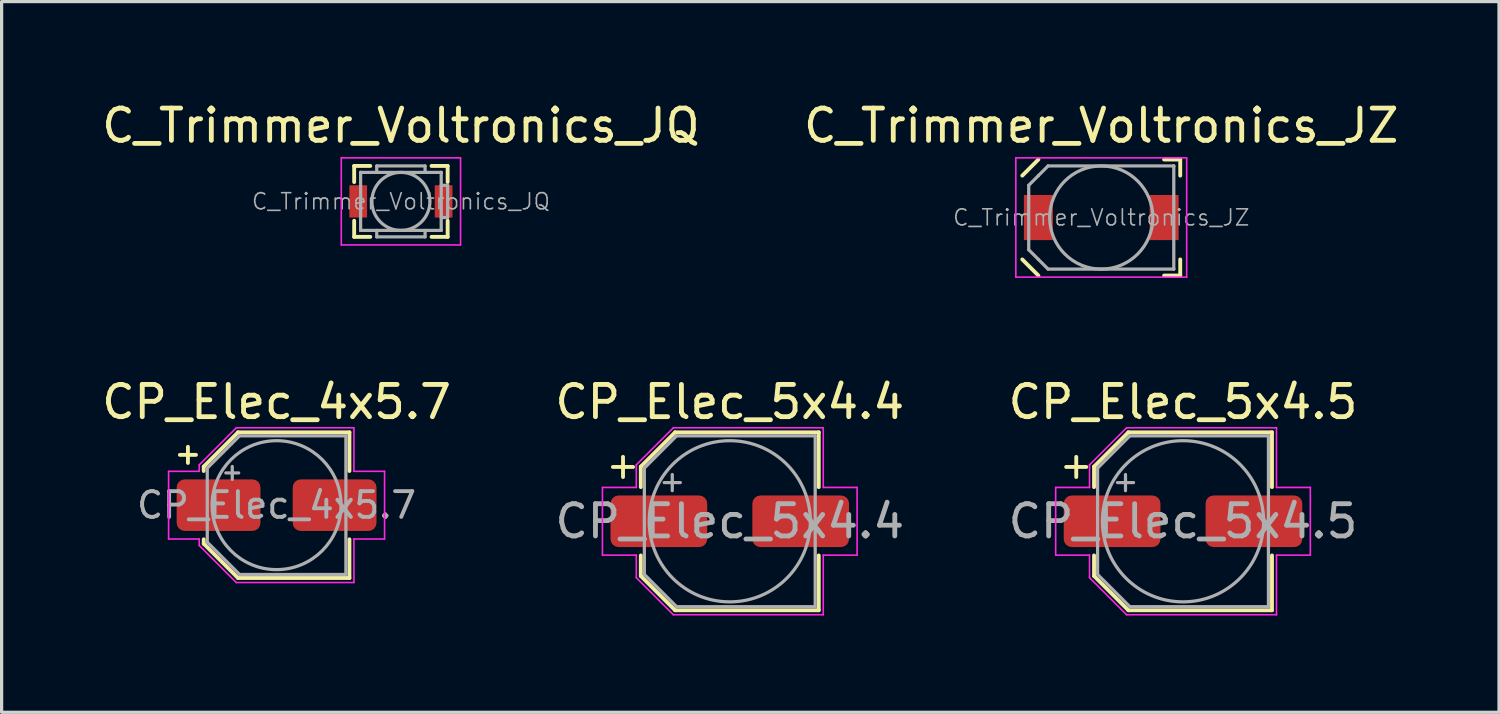
<source format=kicad_pcb>
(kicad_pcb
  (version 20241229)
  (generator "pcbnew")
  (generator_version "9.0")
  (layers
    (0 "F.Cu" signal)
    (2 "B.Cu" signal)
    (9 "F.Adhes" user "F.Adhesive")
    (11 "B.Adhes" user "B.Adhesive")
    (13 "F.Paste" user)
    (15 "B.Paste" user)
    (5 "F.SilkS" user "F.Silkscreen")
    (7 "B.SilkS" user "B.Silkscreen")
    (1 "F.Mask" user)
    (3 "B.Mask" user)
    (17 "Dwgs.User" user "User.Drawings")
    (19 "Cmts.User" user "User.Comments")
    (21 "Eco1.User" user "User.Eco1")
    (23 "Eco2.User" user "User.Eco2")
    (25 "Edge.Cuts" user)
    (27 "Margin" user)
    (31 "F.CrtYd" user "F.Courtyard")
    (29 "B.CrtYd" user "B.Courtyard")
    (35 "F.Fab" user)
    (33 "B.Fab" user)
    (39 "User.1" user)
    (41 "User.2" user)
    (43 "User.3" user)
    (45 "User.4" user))
  (footprint "C_Trimmer_Voltronics_JQ"
    (layer "F.Cu")
    (at 9.387 3.198)
    (property "Reference" "C_Trimmer_Voltronics_JQ" (at 0 -2.35 0) (layer "F.SilkS") (effects (font (size 1 1) (thickness 0.15))))
    (attr smd)
    (fp_line (start -1.45 -1.1) (end -1.45 -0.6) (stroke (width 0.12) (type solid)) (layer "F.SilkS"))
    (fp_line (start -1.45 -1.1) (end -0.95 -1.1) (stroke (width 0.12) (type solid)) (layer "F.SilkS"))
    (fp_line (start -1.45 1.1) (end -1.45 0.6) (stroke (width 0.12) (type solid)) (layer "F.SilkS"))
    (fp_line (start -1.45 1.1) (end -0.95 1.1) (stroke (width 0.12) (type solid)) (layer "F.SilkS"))
    (fp_line (start 1.45 -1.1) (end 0.95 -1.1) (stroke (width 0.12) (type solid)) (layer "F.SilkS"))
    (fp_line (start 1.45 -1.1) (end 1.45 -0.6) (stroke (width 0.12) (type solid)) (layer "F.SilkS"))
    (fp_line (start 1.45 1.1) (end 0.95 1.1) (stroke (width 0.12) (type solid)) (layer "F.SilkS"))
    (fp_line (start 1.45 1.1) (end 1.45 0.6) (stroke (width 0.12) (type solid)) (layer "F.SilkS"))
    (fp_line (start -1.85 -1.35) (end -1.85 1.35) (stroke (width 0.05) (type solid)) (layer "F.CrtYd"))
    (fp_line (start -1.85 1.35) (end 1.85 1.35) (stroke (width 0.05) (type solid)) (layer "F.CrtYd"))
    (fp_line (start 1.85 -1.35) (end -1.85 -1.35) (stroke (width 0.05) (type solid)) (layer "F.CrtYd"))
    (fp_line (start 1.85 1.35) (end 1.85 -1.35) (stroke (width 0.05) (type solid)) (layer "F.CrtYd"))
    (fp_line (start -1.25 -0.9) (end -1.24 -0.9) (stroke (width 0.1) (type solid)) (layer "F.Fab"))
    (fp_line (start -1.25 -0.89) (end -1.25 -0.9) (stroke (width 0.1) (type solid)) (layer "F.Fab"))
    (fp_line (start -1.25 0.89) (end -1.25 -0.89) (stroke (width 0.1) (type solid)) (layer "F.Fab"))
    (fp_line (start -1.25 0.9) (end -1.25 0.89) (stroke (width 0.1) (type solid)) (layer "F.Fab"))
    (fp_line (start -1.24 -0.9) (end 1.24 -0.9) (stroke (width 0.1) (type solid)) (layer "F.Fab"))
    (fp_line (start -1.24 0.9) (end -1.25 0.9) (stroke (width 0.1) (type solid)) (layer "F.Fab"))
    (fp_line (start -0.75 -1.1) (end 0.75 -1.1) (stroke (width 0.1) (type solid)) (layer "F.Fab"))
    (fp_line (start -0.75 -0.9) (end -0.75 -1.1) (stroke (width 0.1) (type solid)) (layer "F.Fab"))
    (fp_line (start -0.75 0.9) (end -0.75 1.1) (stroke (width 0.1) (type solid)) (layer "F.Fab"))
    (fp_line (start -0.75 1.1) (end 0.75 1.1) (stroke (width 0.1) (type solid)) (layer "F.Fab"))
    (fp_line (start 0.75 -1.1) (end 0.75 -0.9) (stroke (width 0.1) (type solid)) (layer "F.Fab"))
    (fp_line (start 0.75 1.1) (end 0.75 0.9) (stroke (width 0.1) (type solid)) (layer "F.Fab"))
    (fp_line (start 1.24 -0.9) (end 1.25 -0.9) (stroke (width 0.1) (type solid)) (layer "F.Fab"))
    (fp_line (start 1.24 0.9) (end -1.24 0.9) (stroke (width 0.1) (type solid)) (layer "F.Fab"))
    (fp_line (start 1.25 -0.9) (end 1.25 -0.89) (stroke (width 0.1) (type solid)) (layer "F.Fab"))
    (fp_line (start 1.25 -0.89) (end 1.25 0.89) (stroke (width 0.1) (type solid)) (layer "F.Fab"))
    (fp_line (start 1.25 -0.5) (end 1.45 -0.5) (stroke (width 0.1) (type solid)) (layer "F.Fab"))
    (fp_line (start 1.25 0.89) (end 1.25 0.9) (stroke (width 0.1) (type solid)) (layer "F.Fab"))
    (fp_line (start 1.25 0.9) (end 1.24 0.9) (stroke (width 0.1) (type solid)) (layer "F.Fab"))
    (fp_line (start 1.45 -0.5) (end 1.45 0.5) (stroke (width 0.1) (type solid)) (layer "F.Fab"))
    (fp_line (start 1.45 0.5) (end 1.25 0.5) (stroke (width 0.1) (type solid)) (layer "F.Fab"))
    (fp_circle (center 0 0) (end 0.9 0) (stroke (width 0.1) (type solid)) (fill no) (layer "F.Fab"))
    (fp_text user "${REFERENCE}" (at 0 0 0) (layer "F.Fab") (effects (font (size 0.5 0.5) (thickness 0.05))))
    (pad "1" smd rect (at -1.325 0) (size 0.55 1) (layers "F.Cu" "F.Mask" "F.Paste"))
    (pad "2" smd rect (at 1.325 0) (size 0.55 1) (layers "F.Cu" "F.Mask" "F.Paste")))
  (footprint "CP_Elec_4x5.7"
    (layer "F.Cu")
    (at 5.53 12.621)
    (property "Reference" "CP_Elec_4x5.7" (at 0 -3.2 0) (layer "F.SilkS") (effects (font (size 1 1) (thickness 0.15))))
    (attr smd)
    (fp_line (start -3 -1.56) (end -2.5 -1.56) (stroke (width 0.12) (type solid)) (layer "F.SilkS"))
    (fp_line (start -2.75 -1.81) (end -2.75 -1.31) (stroke (width 0.12) (type solid)) (layer "F.SilkS"))
    (fp_line (start -2.26 -1.196) (end -2.26 -1.06) (stroke (width 0.12) (type solid)) (layer "F.SilkS"))
    (fp_line (start -2.26 -1.196) (end -1.196 -2.26) (stroke (width 0.12) (type solid)) (layer "F.SilkS"))
    (fp_line (start -2.26 1.196) (end -2.26 1.06) (stroke (width 0.12) (type solid)) (layer "F.SilkS"))
    (fp_line (start -2.26 1.196) (end -1.196 2.26) (stroke (width 0.12) (type solid)) (layer "F.SilkS"))
    (fp_line (start -1.196 -2.26) (end 2.26 -2.26) (stroke (width 0.12) (type solid)) (layer "F.SilkS"))
    (fp_line (start -1.196 2.26) (end 2.26 2.26) (stroke (width 0.12) (type solid)) (layer "F.SilkS"))
    (fp_line (start 2.26 -2.26) (end 2.26 -1.06) (stroke (width 0.12) (type solid)) (layer "F.SilkS"))
    (fp_line (start 2.26 2.26) (end 2.26 1.06) (stroke (width 0.12) (type solid)) (layer "F.SilkS"))
    (fp_line (start -3.35 -1.05) (end -3.35 1.05) (stroke (width 0.05) (type solid)) (layer "F.CrtYd"))
    (fp_line (start -3.35 1.05) (end -2.4 1.05) (stroke (width 0.05) (type solid)) (layer "F.CrtYd"))
    (fp_line (start -2.4 -1.25) (end -2.4 -1.05) (stroke (width 0.05) (type solid)) (layer "F.CrtYd"))
    (fp_line (start -2.4 -1.25) (end -1.25 -2.4) (stroke (width 0.05) (type solid)) (layer "F.CrtYd"))
    (fp_line (start -2.4 -1.05) (end -3.35 -1.05) (stroke (width 0.05) (type solid)) (layer "F.CrtYd"))
    (fp_line (start -2.4 1.05) (end -2.4 1.25) (stroke (width 0.05) (type solid)) (layer "F.CrtYd"))
    (fp_line (start -2.4 1.25) (end -1.25 2.4) (stroke (width 0.05) (type solid)) (layer "F.CrtYd"))
    (fp_line (start -1.25 -2.4) (end 2.4 -2.4) (stroke (width 0.05) (type solid)) (layer "F.CrtYd"))
    (fp_line (start -1.25 2.4) (end 2.4 2.4) (stroke (width 0.05) (type solid)) (layer "F.CrtYd"))
    (fp_line (start 2.4 -2.4) (end 2.4 -1.05) (stroke (width 0.05) (type solid)) (layer "F.CrtYd"))
    (fp_line (start 2.4 -1.05) (end 3.35 -1.05) (stroke (width 0.05) (type solid)) (layer "F.CrtYd"))
    (fp_line (start 2.4 1.05) (end 2.4 2.4) (stroke (width 0.05) (type solid)) (layer "F.CrtYd"))
    (fp_line (start 3.35 -1.05) (end 3.35 1.05) (stroke (width 0.05) (type solid)) (layer "F.CrtYd"))
    (fp_line (start 3.35 1.05) (end 2.4 1.05) (stroke (width 0.05) (type solid)) (layer "F.CrtYd"))
    (fp_line (start -2.15 -1.15) (end -2.15 1.15) (stroke (width 0.1) (type solid)) (layer "F.Fab"))
    (fp_line (start -2.15 -1.15) (end -1.15 -2.15) (stroke (width 0.1) (type solid)) (layer "F.Fab"))
    (fp_line (start -2.15 1.15) (end -1.15 2.15) (stroke (width 0.1) (type solid)) (layer "F.Fab"))
    (fp_line (start -1.575 -1) (end -1.175 -1) (stroke (width 0.1) (type solid)) (layer "F.Fab"))
    (fp_line (start -1.375 -1.2) (end -1.375 -0.8) (stroke (width 0.1) (type solid)) (layer "F.Fab"))
    (fp_line (start -1.15 -2.15) (end 2.15 -2.15) (stroke (width 0.1) (type solid)) (layer "F.Fab"))
    (fp_line (start -1.15 2.15) (end 2.15 2.15) (stroke (width 0.1) (type solid)) (layer "F.Fab"))
    (fp_line (start 2.15 -2.15) (end 2.15 2.15) (stroke (width 0.1) (type solid)) (layer "F.Fab"))
    (fp_circle (center 0 0) (end 2 0) (stroke (width 0.1) (type solid)) (fill no) (layer "F.Fab"))
    (fp_text user "${REFERENCE}" (at 0 0 0) (layer "F.Fab") (effects (font (size 0.8 0.8) (thickness 0.12))))
    (pad "1" smd roundrect (at -1.8 0) (size 2.6 1.6) (layers "F.Cu" "F.Mask" "F.Paste") (roundrect_rratio 0.156))
    (pad "2" smd roundrect (at 1.8 0) (size 2.6 1.6) (layers "F.Cu" "F.Mask" "F.Paste") (roundrect_rratio 0.156)))
  (footprint "C_Trimmer_Voltronics_JZ"
    (layer "F.Cu")
    (at 31.113 3.698)
    (property "Reference" "C_Trimmer_Voltronics_JZ" (at 0 -2.85 0) (layer "F.SilkS") (effects (font (size 1 1) (thickness 0.15))))
    (attr smd)
    (fp_line (start -2.45 -1.3) (end -1.95 -1.8) (stroke (width 0.12) (type solid)) (layer "F.SilkS"))
    (fp_line (start -2.45 1.3) (end -1.95 1.8) (stroke (width 0.12) (type solid)) (layer "F.SilkS"))
    (fp_line (start 2.45 -1.8) (end 1.95 -1.8) (stroke (width 0.12) (type solid)) (layer "F.SilkS"))
    (fp_line (start 2.45 -1.8) (end 2.45 -1.3) (stroke (width 0.12) (type solid)) (layer "F.SilkS"))
    (fp_line (start 2.45 1.8) (end 1.95 1.8) (stroke (width 0.12) (type solid)) (layer "F.SilkS"))
    (fp_line (start 2.45 1.8) (end 2.45 1.3) (stroke (width 0.12) (type solid)) (layer "F.SilkS"))
    (fp_line (start -2.65 -1.85) (end -2.65 1.85) (stroke (width 0.05) (type solid)) (layer "F.CrtYd"))
    (fp_line (start -2.65 1.85) (end 2.65 1.85) (stroke (width 0.05) (type solid)) (layer "F.CrtYd"))
    (fp_line (start 2.65 -1.85) (end -2.65 -1.85) (stroke (width 0.05) (type solid)) (layer "F.CrtYd"))
    (fp_line (start 2.65 1.85) (end 2.65 -1.85) (stroke (width 0.05) (type solid)) (layer "F.CrtYd"))
    (fp_line (start -2.25 -1) (end -1.95 -1.3) (stroke (width 0.1) (type solid)) (layer "F.Fab"))
    (fp_line (start -2.25 1) (end -2.25 -1) (stroke (width 0.1) (type solid)) (layer "F.Fab"))
    (fp_line (start -1.95 -1.3) (end -1.65 -1.6) (stroke (width 0.1) (type solid)) (layer "F.Fab"))
    (fp_line (start -1.95 1.3) (end -2.25 1) (stroke (width 0.1) (type solid)) (layer "F.Fab"))
    (fp_line (start -1.65 -1.6) (end 2.24 -1.6) (stroke (width 0.1) (type solid)) (layer "F.Fab"))
    (fp_line (start -1.65 1.6) (end -1.95 1.3) (stroke (width 0.1) (type solid)) (layer "F.Fab"))
    (fp_line (start 2.24 -1.6) (end 2.25 -1.6) (stroke (width 0.1) (type solid)) (layer "F.Fab"))
    (fp_line (start 2.24 1.6) (end -1.65 1.6) (stroke (width 0.1) (type solid)) (layer "F.Fab"))
    (fp_line (start 2.25 -1.6) (end 2.25 -1.59) (stroke (width 0.1) (type solid)) (layer "F.Fab"))
    (fp_line (start 2.25 -1.59) (end 2.25 1.59) (stroke (width 0.1) (type solid)) (layer "F.Fab"))
    (fp_line (start 2.25 1.59) (end 2.25 1.6) (stroke (width 0.1) (type solid)) (layer "F.Fab"))
    (fp_line (start 2.25 1.6) (end 2.24 1.6) (stroke (width 0.1) (type solid)) (layer "F.Fab"))
    (fp_circle (center 0 0) (end 1.6 0) (stroke (width 0.1) (type solid)) (fill no) (layer "F.Fab"))
    (fp_text user "${REFERENCE}" (at 0 0 0) (layer "F.Fab") (effects (font (size 0.5 0.5) (thickness 0.05))))
    (pad "1" smd rect (at -1.95 0) (size 0.9 1.4) (layers "F.Cu" "F.Mask" "F.Paste"))
    (pad "2" smd rect (at 1.95 0) (size 0.9 1.4) (layers "F.Cu" "F.Mask" "F.Paste")))
  (footprint "CP_Elec_5x4.4"
    (layer "F.Cu")
    (at 19.589 13.121)
    (property "Reference" "CP_Elec_5x4.4" (at 0 -3.7 0) (layer "F.SilkS") (effects (font (size 1 1) (thickness 0.15))))
    (attr smd)
    (fp_line (start -3.625 -1.685) (end -3 -1.685) (stroke (width 0.12) (type solid)) (layer "F.SilkS"))
    (fp_line (start -3.312 -1.998) (end -3.312 -1.373) (stroke (width 0.12) (type solid)) (layer "F.SilkS"))
    (fp_line (start -2.76 -1.696) (end -2.76 -1.06) (stroke (width 0.12) (type solid)) (layer "F.SilkS"))
    (fp_line (start -2.76 -1.696) (end -1.696 -2.76) (stroke (width 0.12) (type solid)) (layer "F.SilkS"))
    (fp_line (start -2.76 1.696) (end -2.76 1.06) (stroke (width 0.12) (type solid)) (layer "F.SilkS"))
    (fp_line (start -2.76 1.696) (end -1.696 2.76) (stroke (width 0.12) (type solid)) (layer "F.SilkS"))
    (fp_line (start -1.696 -2.76) (end 2.76 -2.76) (stroke (width 0.12) (type solid)) (layer "F.SilkS"))
    (fp_line (start -1.696 2.76) (end 2.76 2.76) (stroke (width 0.12) (type solid)) (layer "F.SilkS"))
    (fp_line (start 2.76 -2.76) (end 2.76 -1.06) (stroke (width 0.12) (type solid)) (layer "F.SilkS"))
    (fp_line (start 2.76 2.76) (end 2.76 1.06) (stroke (width 0.12) (type solid)) (layer "F.SilkS"))
    (fp_line (start -3.95 -1.05) (end -3.95 1.05) (stroke (width 0.05) (type solid)) (layer "F.CrtYd"))
    (fp_line (start -3.95 1.05) (end -2.9 1.05) (stroke (width 0.05) (type solid)) (layer "F.CrtYd"))
    (fp_line (start -2.9 -1.75) (end -2.9 -1.05) (stroke (width 0.05) (type solid)) (layer "F.CrtYd"))
    (fp_line (start -2.9 -1.75) (end -1.75 -2.9) (stroke (width 0.05) (type solid)) (layer "F.CrtYd"))
    (fp_line (start -2.9 -1.05) (end -3.95 -1.05) (stroke (width 0.05) (type solid)) (layer "F.CrtYd"))
    (fp_line (start -2.9 1.05) (end -2.9 1.75) (stroke (width 0.05) (type solid)) (layer "F.CrtYd"))
    (fp_line (start -2.9 1.75) (end -1.75 2.9) (stroke (width 0.05) (type solid)) (layer "F.CrtYd"))
    (fp_line (start -1.75 -2.9) (end 2.9 -2.9) (stroke (width 0.05) (type solid)) (layer "F.CrtYd"))
    (fp_line (start -1.75 2.9) (end 2.9 2.9) (stroke (width 0.05) (type solid)) (layer "F.CrtYd"))
    (fp_line (start 2.9 -2.9) (end 2.9 -1.05) (stroke (width 0.05) (type solid)) (layer "F.CrtYd"))
    (fp_line (start 2.9 -1.05) (end 3.95 -1.05) (stroke (width 0.05) (type solid)) (layer "F.CrtYd"))
    (fp_line (start 2.9 1.05) (end 2.9 2.9) (stroke (width 0.05) (type solid)) (layer "F.CrtYd"))
    (fp_line (start 3.95 -1.05) (end 3.95 1.05) (stroke (width 0.05) (type solid)) (layer "F.CrtYd"))
    (fp_line (start 3.95 1.05) (end 2.9 1.05) (stroke (width 0.05) (type solid)) (layer "F.CrtYd"))
    (fp_line (start -2.65 -1.65) (end -2.65 1.65) (stroke (width 0.1) (type solid)) (layer "F.Fab"))
    (fp_line (start -2.65 -1.65) (end -1.65 -2.65) (stroke (width 0.1) (type solid)) (layer "F.Fab"))
    (fp_line (start -2.65 1.65) (end -1.65 2.65) (stroke (width 0.1) (type solid)) (layer "F.Fab"))
    (fp_line (start -2.034 -1.2) (end -1.534 -1.2) (stroke (width 0.1) (type solid)) (layer "F.Fab"))
    (fp_line (start -1.784 -1.45) (end -1.784 -0.95) (stroke (width 0.1) (type solid)) (layer "F.Fab"))
    (fp_line (start -1.65 -2.65) (end 2.65 -2.65) (stroke (width 0.1) (type solid)) (layer "F.Fab"))
    (fp_line (start -1.65 2.65) (end 2.65 2.65) (stroke (width 0.1) (type solid)) (layer "F.Fab"))
    (fp_line (start 2.65 -2.65) (end 2.65 2.65) (stroke (width 0.1) (type solid)) (layer "F.Fab"))
    (fp_circle (center 0 0) (end 2.5 0) (stroke (width 0.1) (type solid)) (fill no) (layer "F.Fab"))
    (fp_text user "${REFERENCE}" (at 0 0 0) (layer "F.Fab") (effects (font (size 1 1) (thickness 0.15))))
    (pad "1" smd roundrect (at -2.2 0) (size 3 1.6) (layers "F.Cu" "F.Mask" "F.Paste") (roundrect_rratio 0.156))
    (pad "2" smd roundrect (at 2.2 0) (size 3 1.6) (layers "F.Cu" "F.Mask" "F.Paste") (roundrect_rratio 0.156)))
  (footprint "CP_Elec_5x4.5"
    (layer "F.Cu")
    (at 33.649 13.121)
    (property "Reference" "CP_Elec_5x4.5" (at 0 -3.7 0) (layer "F.SilkS") (effects (font (size 1 1) (thickness 0.15))))
    (attr smd)
    (fp_line (start -3.625 -1.685) (end -3 -1.685) (stroke (width 0.12) (type solid)) (layer "F.SilkS"))
    (fp_line (start -3.312 -1.998) (end -3.312 -1.373) (stroke (width 0.12) (type solid)) (layer "F.SilkS"))
    (fp_line (start -2.76 -1.696) (end -2.76 -1.06) (stroke (width 0.12) (type solid)) (layer "F.SilkS"))
    (fp_line (start -2.76 -1.696) (end -1.696 -2.76) (stroke (width 0.12) (type solid)) (layer "F.SilkS"))
    (fp_line (start -2.76 1.696) (end -2.76 1.06) (stroke (width 0.12) (type solid)) (layer "F.SilkS"))
    (fp_line (start -2.76 1.696) (end -1.696 2.76) (stroke (width 0.12) (type solid)) (layer "F.SilkS"))
    (fp_line (start -1.696 -2.76) (end 2.76 -2.76) (stroke (width 0.12) (type solid)) (layer "F.SilkS"))
    (fp_line (start -1.696 2.76) (end 2.76 2.76) (stroke (width 0.12) (type solid)) (layer "F.SilkS"))
    (fp_line (start 2.76 -2.76) (end 2.76 -1.06) (stroke (width 0.12) (type solid)) (layer "F.SilkS"))
    (fp_line (start 2.76 2.76) (end 2.76 1.06) (stroke (width 0.12) (type solid)) (layer "F.SilkS"))
    (fp_line (start -3.95 -1.05) (end -3.95 1.05) (stroke (width 0.05) (type solid)) (layer "F.CrtYd"))
    (fp_line (start -3.95 1.05) (end -2.9 1.05) (stroke (width 0.05) (type solid)) (layer "F.CrtYd"))
    (fp_line (start -2.9 -1.75) (end -2.9 -1.05) (stroke (width 0.05) (type solid)) (layer "F.CrtYd"))
    (fp_line (start -2.9 -1.75) (end -1.75 -2.9) (stroke (width 0.05) (type solid)) (layer "F.CrtYd"))
    (fp_line (start -2.9 -1.05) (end -3.95 -1.05) (stroke (width 0.05) (type solid)) (layer "F.CrtYd"))
    (fp_line (start -2.9 1.05) (end -2.9 1.75) (stroke (width 0.05) (type solid)) (layer "F.CrtYd"))
    (fp_line (start -2.9 1.75) (end -1.75 2.9) (stroke (width 0.05) (type solid)) (layer "F.CrtYd"))
    (fp_line (start -1.75 -2.9) (end 2.9 -2.9) (stroke (width 0.05) (type solid)) (layer "F.CrtYd"))
    (fp_line (start -1.75 2.9) (end 2.9 2.9) (stroke (width 0.05) (type solid)) (layer "F.CrtYd"))
    (fp_line (start 2.9 -2.9) (end 2.9 -1.05) (stroke (width 0.05) (type solid)) (layer "F.CrtYd"))
    (fp_line (start 2.9 -1.05) (end 3.95 -1.05) (stroke (width 0.05) (type solid)) (layer "F.CrtYd"))
    (fp_line (start 2.9 1.05) (end 2.9 2.9) (stroke (width 0.05) (type solid)) (layer "F.CrtYd"))
    (fp_line (start 3.95 -1.05) (end 3.95 1.05) (stroke (width 0.05) (type solid)) (layer "F.CrtYd"))
    (fp_line (start 3.95 1.05) (end 2.9 1.05) (stroke (width 0.05) (type solid)) (layer "F.CrtYd"))
    (fp_line (start -2.65 -1.65) (end -2.65 1.65) (stroke (width 0.1) (type solid)) (layer "F.Fab"))
    (fp_line (start -2.65 -1.65) (end -1.65 -2.65) (stroke (width 0.1) (type solid)) (layer "F.Fab"))
    (fp_line (start -2.65 1.65) (end -1.65 2.65) (stroke (width 0.1) (type solid)) (layer "F.Fab"))
    (fp_line (start -2.034 -1.2) (end -1.534 -1.2) (stroke (width 0.1) (type solid)) (layer "F.Fab"))
    (fp_line (start -1.784 -1.45) (end -1.784 -0.95) (stroke (width 0.1) (type solid)) (layer "F.Fab"))
    (fp_line (start -1.65 -2.65) (end 2.65 -2.65) (stroke (width 0.1) (type solid)) (layer "F.Fab"))
    (fp_line (start -1.65 2.65) (end 2.65 2.65) (stroke (width 0.1) (type solid)) (layer "F.Fab"))
    (fp_line (start 2.65 -2.65) (end 2.65 2.65) (stroke (width 0.1) (type solid)) (layer "F.Fab"))
    (fp_circle (center 0 0) (end 2.5 0) (stroke (width 0.1) (type solid)) (fill no) (layer "F.Fab"))
    (fp_text user "${REFERENCE}" (at 0 0 0) (layer "F.Fab") (effects (font (size 1 1) (thickness 0.15))))
    (pad "1" smd roundrect (at -2.2 0) (size 3 1.6) (layers "F.Cu" "F.Mask" "F.Paste") (roundrect_rratio 0.156))
    (pad "2" smd roundrect (at 2.2 0) (size 3 1.6) (layers "F.Cu" "F.Mask" "F.Paste") (roundrect_rratio 0.156)))
  (gr_rect
    (start -3 -3)
    (end 43.452 19.047)
    (stroke (width 0.1) (type default))
    (fill no)
    (layer "Edge.Cuts")))
</source>
